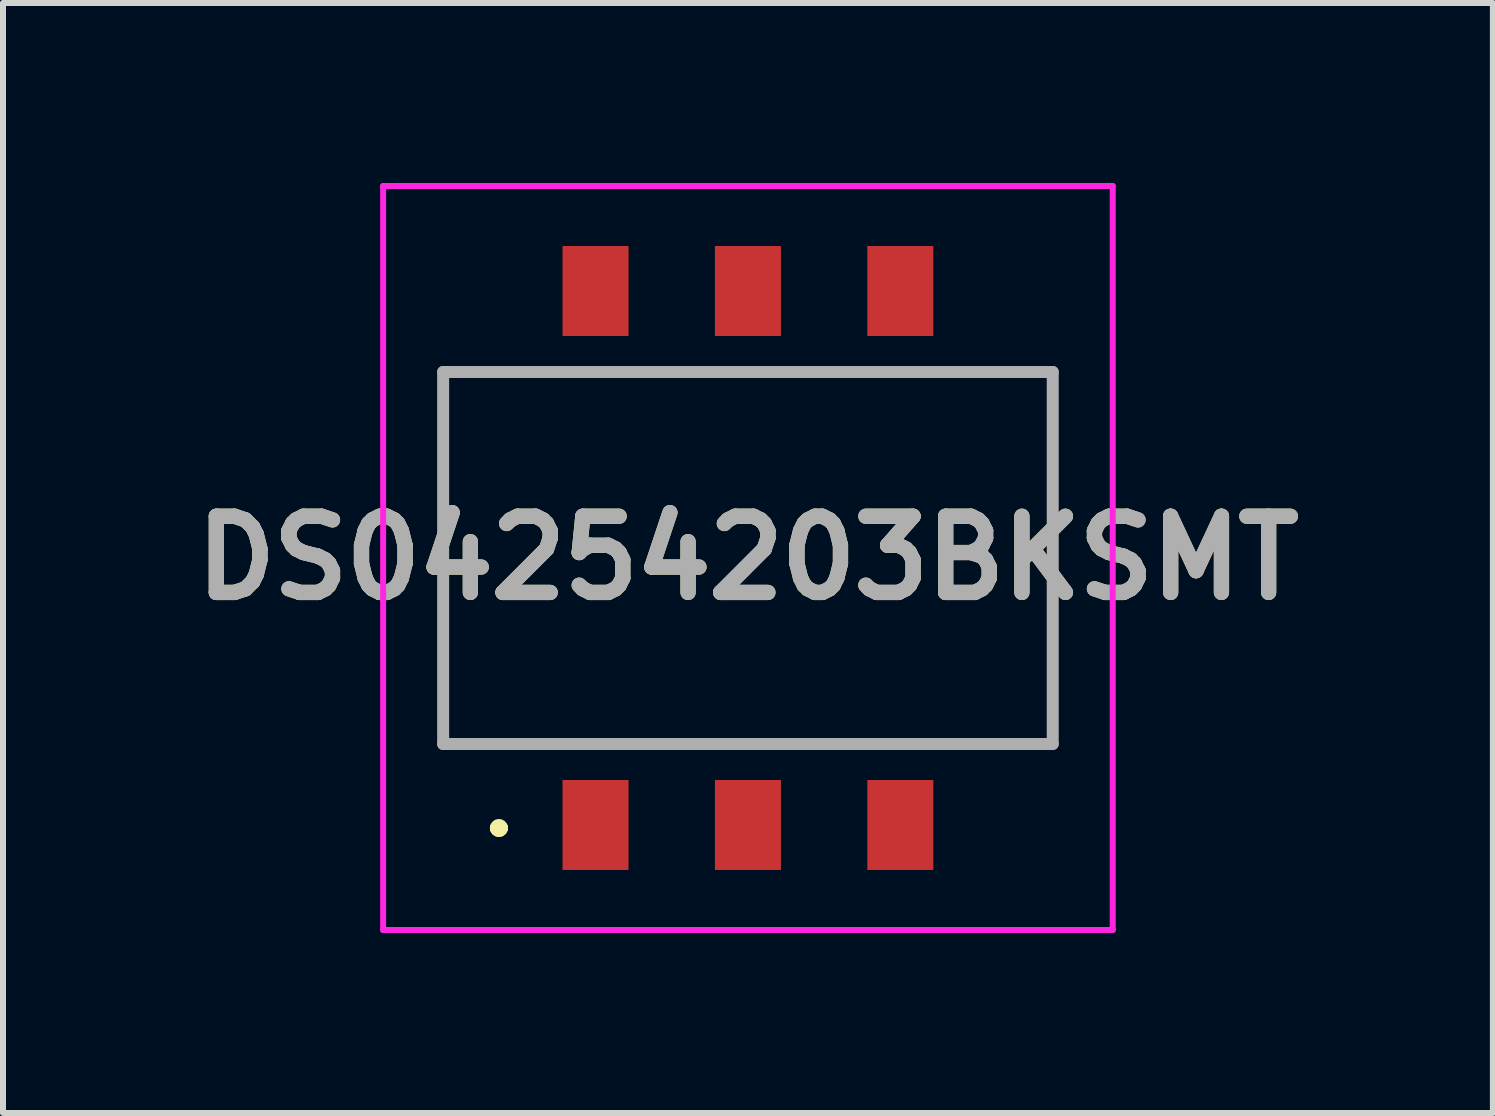
<source format=kicad_pcb>
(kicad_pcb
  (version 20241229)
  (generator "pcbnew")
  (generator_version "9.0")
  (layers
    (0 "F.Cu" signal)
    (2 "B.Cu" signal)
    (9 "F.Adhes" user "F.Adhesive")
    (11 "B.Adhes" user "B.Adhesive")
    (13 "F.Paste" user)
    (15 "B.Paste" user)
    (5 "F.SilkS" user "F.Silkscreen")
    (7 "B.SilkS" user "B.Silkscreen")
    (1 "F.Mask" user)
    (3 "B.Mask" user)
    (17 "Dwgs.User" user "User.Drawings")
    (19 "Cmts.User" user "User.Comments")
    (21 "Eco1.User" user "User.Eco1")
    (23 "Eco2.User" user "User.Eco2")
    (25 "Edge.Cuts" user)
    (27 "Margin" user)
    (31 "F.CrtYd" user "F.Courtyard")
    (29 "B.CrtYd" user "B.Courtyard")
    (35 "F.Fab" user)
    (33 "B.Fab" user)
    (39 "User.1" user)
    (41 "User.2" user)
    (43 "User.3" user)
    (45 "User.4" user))
  (footprint "DS04254203BKSMT"
    (layer "F.Cu")
    (at 9.416 6.25)
    (property "Reference" "DS04254203BKSMT" (at 0 0 0) (layer "F.SilkS") (effects (font (size 1.27 1.27) (thickness 0.254))))
    (attr smd)
    (fp_line (start -5.08 -3.1) (end -5.08 -3.1) (stroke (width 0.1) (type solid)) (layer "F.SilkS"))
    (fp_line (start -5.08 -3.1) (end -5.08 -3.1) (stroke (width 0.1) (type solid)) (layer "F.SilkS"))
    (fp_line (start -5.08 -3.1) (end -5.08 3.1) (stroke (width 0.1) (type solid)) (layer "F.SilkS"))
    (fp_line (start -5.08 -3.1) (end -3.75 -3.1) (stroke (width 0.1) (type solid)) (layer "F.SilkS"))
    (fp_line (start -5.08 3.1) (end -5.08 -3.1) (stroke (width 0.1) (type solid)) (layer "F.SilkS"))
    (fp_line (start -5.08 3.1) (end -5.08 3.1) (stroke (width 0.1) (type solid)) (layer "F.SilkS"))
    (fp_line (start -5.08 3.1) (end -5.08 3.1) (stroke (width 0.1) (type solid)) (layer "F.SilkS"))
    (fp_line (start -5.08 3.1) (end -3.75 3.1) (stroke (width 0.1) (type solid)) (layer "F.SilkS"))
    (fp_line (start -4.2 4.5) (end -4.2 4.5) (stroke (width 0.2) (type solid)) (layer "F.SilkS"))
    (fp_line (start -4.2 4.5) (end -4.2 4.5) (stroke (width 0.2) (type solid)) (layer "F.SilkS"))
    (fp_line (start -4.1 4.5) (end -4.1 4.5) (stroke (width 0.2) (type solid)) (layer "F.SilkS"))
    (fp_line (start -3.75 -3.1) (end -5.08 -3.1) (stroke (width 0.1) (type solid)) (layer "F.SilkS"))
    (fp_line (start -3.75 -3.1) (end -3.75 -3.1) (stroke (width 0.1) (type solid)) (layer "F.SilkS"))
    (fp_line (start -3.75 3.1) (end -5.08 3.1) (stroke (width 0.1) (type solid)) (layer "F.SilkS"))
    (fp_line (start -3.75 3.1) (end -3.75 3.1) (stroke (width 0.1) (type solid)) (layer "F.SilkS"))
    (fp_line (start 3.75 -3.1) (end 3.75 -3.1) (stroke (width 0.1) (type solid)) (layer "F.SilkS"))
    (fp_line (start 3.75 -3.1) (end 5.08 -3.1) (stroke (width 0.1) (type solid)) (layer "F.SilkS"))
    (fp_line (start 3.75 3.1) (end 3.75 3.1) (stroke (width 0.1) (type solid)) (layer "F.SilkS"))
    (fp_line (start 3.75 3.1) (end 5 3.1) (stroke (width 0.1) (type solid)) (layer "F.SilkS"))
    (fp_line (start 5 3.1) (end 3.75 3.1) (stroke (width 0.1) (type solid)) (layer "F.SilkS"))
    (fp_line (start 5 3.1) (end 5 3.1) (stroke (width 0.1) (type solid)) (layer "F.SilkS"))
    (fp_line (start 5.08 -3.1) (end 3.75 -3.1) (stroke (width 0.1) (type solid)) (layer "F.SilkS"))
    (fp_line (start 5.08 -3.1) (end 5.08 -3.1) (stroke (width 0.1) (type solid)) (layer "F.SilkS"))
    (fp_line (start 5.08 -3.1) (end 5.08 -3.1) (stroke (width 0.1) (type solid)) (layer "F.SilkS"))
    (fp_line (start 5.08 -3.1) (end 5.08 3.1) (stroke (width 0.1) (type solid)) (layer "F.SilkS"))
    (fp_line (start 5.08 3.1) (end 5.08 -3.1) (stroke (width 0.1) (type solid)) (layer "F.SilkS"))
    (fp_line (start 5.08 3.1) (end 5.08 3.1) (stroke (width 0.1) (type solid)) (layer "F.SilkS"))
    (fp_arc (start -4.2 4.5) (mid -4.15 4.45) (end -4.1 4.5) (stroke (width 0.2) (type solid)) (layer "F.SilkS"))
    (fp_arc (start -4.1 4.5) (mid -4.15 4.55) (end -4.2 4.5) (stroke (width 0.2) (type solid)) (layer "F.SilkS"))
    (fp_arc (start -4.1 4.5) (mid -4.15 4.55) (end -4.2 4.5) (stroke (width 0.2) (type solid)) (layer "F.SilkS"))
    (fp_line (start -6.08 -6.2) (end 6.08 -6.2) (stroke (width 0.1) (type solid)) (layer "F.CrtYd"))
    (fp_line (start -6.08 6.2) (end -6.08 -6.2) (stroke (width 0.1) (type solid)) (layer "F.CrtYd"))
    (fp_line (start 6.08 -6.2) (end 6.08 6.2) (stroke (width 0.1) (type solid)) (layer "F.CrtYd"))
    (fp_line (start 6.08 6.2) (end -6.08 6.2) (stroke (width 0.1) (type solid)) (layer "F.CrtYd"))
    (fp_line (start -5.08 -3.1) (end 5.08 -3.1) (stroke (width 0.2) (type solid)) (layer "F.Fab"))
    (fp_line (start -5.08 3.1) (end -5.08 -3.1) (stroke (width 0.2) (type solid)) (layer "F.Fab"))
    (fp_line (start 5.08 -3.1) (end 5.08 3.1) (stroke (width 0.2) (type solid)) (layer "F.Fab"))
    (fp_line (start 5.08 3.1) (end -5.08 3.1) (stroke (width 0.2) (type solid)) (layer "F.Fab"))
    (fp_text user "${REFERENCE}" (at 0 0 0) (layer "F.Fab") (effects (font (size 1.27 1.27) (thickness 0.254))))
    (pad "1" smd rect (at -2.54 4.45) (size 1.1 1.5) (layers "F.Cu" "F.Mask" "F.Paste"))
    (pad "2" smd rect (at -2.54 -4.45) (size 1.1 1.5) (layers "F.Cu" "F.Mask" "F.Paste"))
    (pad "3" smd rect (at 0 4.45) (size 1.1 1.5) (layers "F.Cu" "F.Mask" "F.Paste"))
    (pad "4" smd rect (at 0 -4.45) (size 1.1 1.5) (layers "F.Cu" "F.Mask" "F.Paste"))
    (pad "5" smd rect (at 2.54 4.45) (size 1.1 1.5) (layers "F.Cu" "F.Mask" "F.Paste"))
    (pad "6" smd rect (at 2.54 -4.45) (size 1.1 1.5) (layers "F.Cu" "F.Mask" "F.Paste")))
  (gr_rect
    (start -3 -3)
    (end 21.832 15.5)
    (stroke (width 0.1) (type default))
    (fill no)
    (layer "Edge.Cuts")))
</source>
